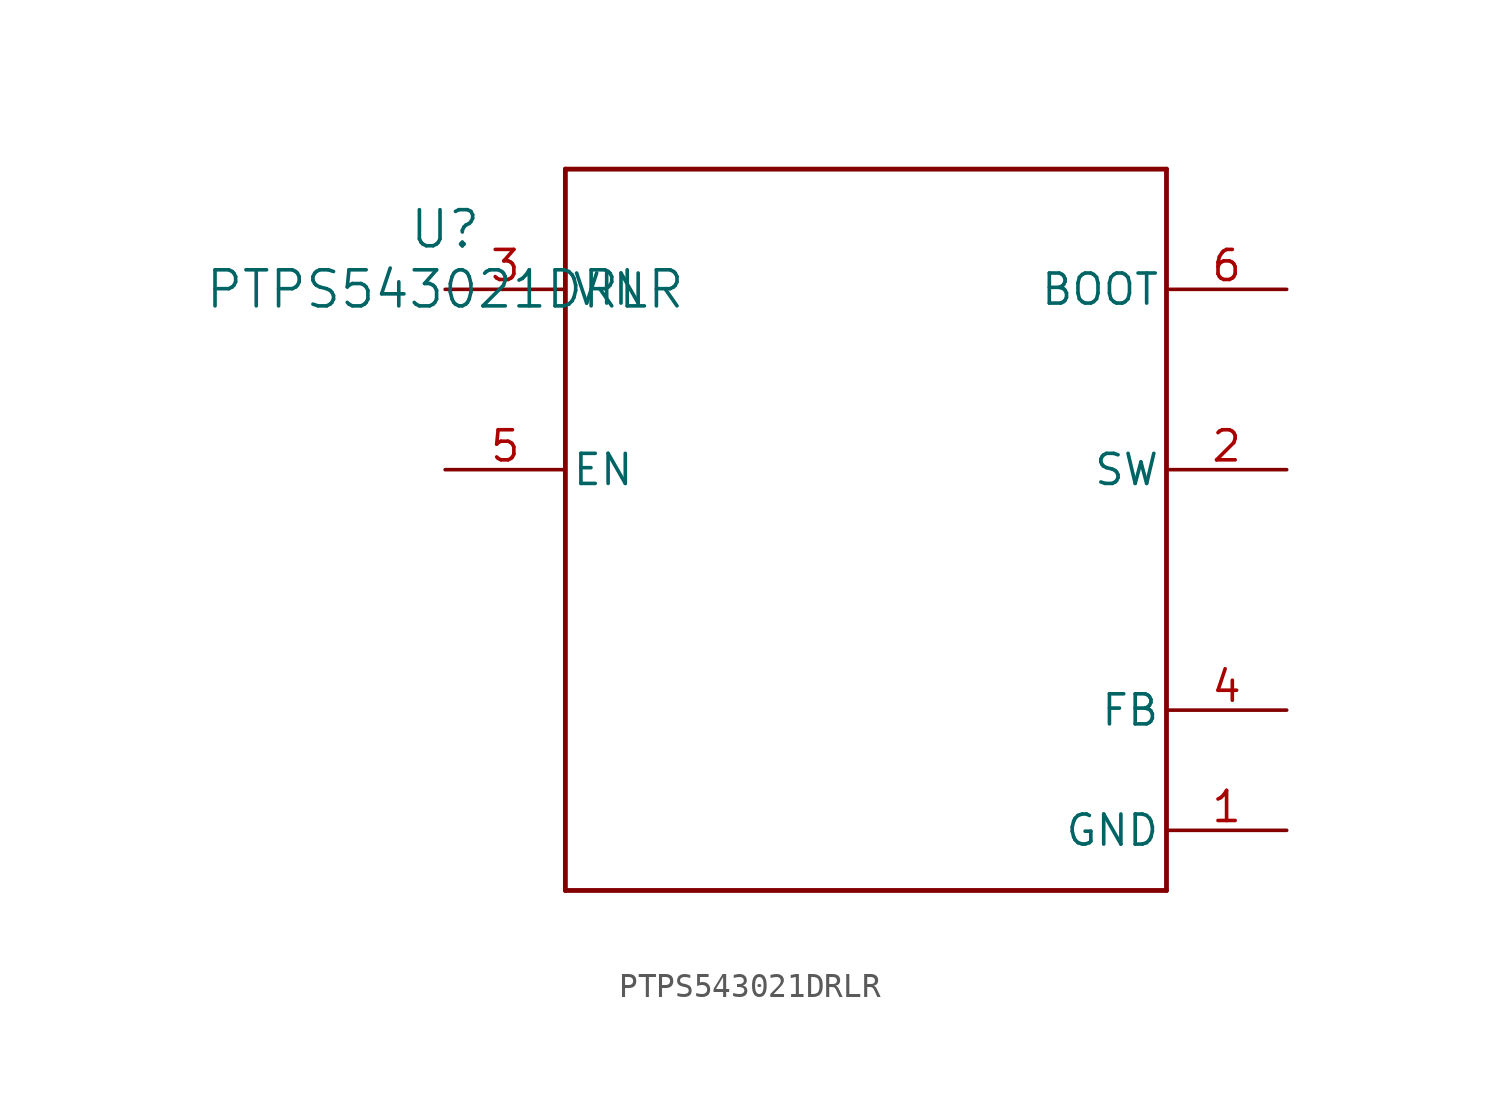
<source format=kicad_sym>
(kicad_symbol_lib
  (version 20211014)
  (generator kicad_symbol_editor)
  (symbol "PTPS543021DRLR"
    (pin_names
      (offset 0.254))
    (property "Reference" "U"
      (at 0 2.54 0)
      (effects (font (size 1.524 1.524))))
    (property "Value" "PTPS543021DRLR"
      (at 0 0 0)
      (effects (font (size 1.524 1.524))))
    (symbol "PTPS543021DRLR_0_1"
      (polyline (pts (xy 5.08 -25.4) (xy 30.48 -25.4)) (stroke (width 0.203) (type default) (color 0 0 0 0)) (fill (type none)))
      (polyline (pts (xy 30.48 -25.4) (xy 30.48 5.08)) (stroke (width 0.203) (type default) (color 0 0 0 0)) (fill (type none)))
      (polyline (pts (xy 30.48 5.08) (xy 5.08 5.08)) (stroke (width 0.203) (type default) (color 0 0 0 0)) (fill (type none)))
      (polyline (pts (xy 5.08 5.08) (xy 5.08 -25.4)) (stroke (width 0.203) (type default) (color 0 0 0 0)) (fill (type none)))
      (pin power_in line (at 35.56 -22.86 180) (length 5.08) (name "GND" (effects (font (size 1.27 1.27)))) (number "1" (effects (font (size 1.27 1.27)))))
      (pin unspecified line (at 35.56 -7.62 180) (length 5.08) (name "SW" (effects (font (size 1.27 1.27)))) (number "2" (effects (font (size 1.27 1.27)))))
      (pin power_in line (at 0 0 0) (length 5.08) (name "VIN" (effects (font (size 1.27 1.27)))) (number "3" (effects (font (size 1.27 1.27)))))
      (pin unspecified line (at 35.56 -17.78 180) (length 5.08) (name "FB" (effects (font (size 1.27 1.27)))) (number "4" (effects (font (size 1.27 1.27)))))
      (pin input line (at 0 -7.62 0) (length 5.08) (name "EN" (effects (font (size 1.27 1.27)))) (number "5" (effects (font (size 1.27 1.27)))))
      (pin unspecified line (at 35.56 0 180) (length 5.08) (name "BOOT" (effects (font (size 1.27 1.27)))) (number "6" (effects (font (size 1.27 1.27))))))))
</source>
